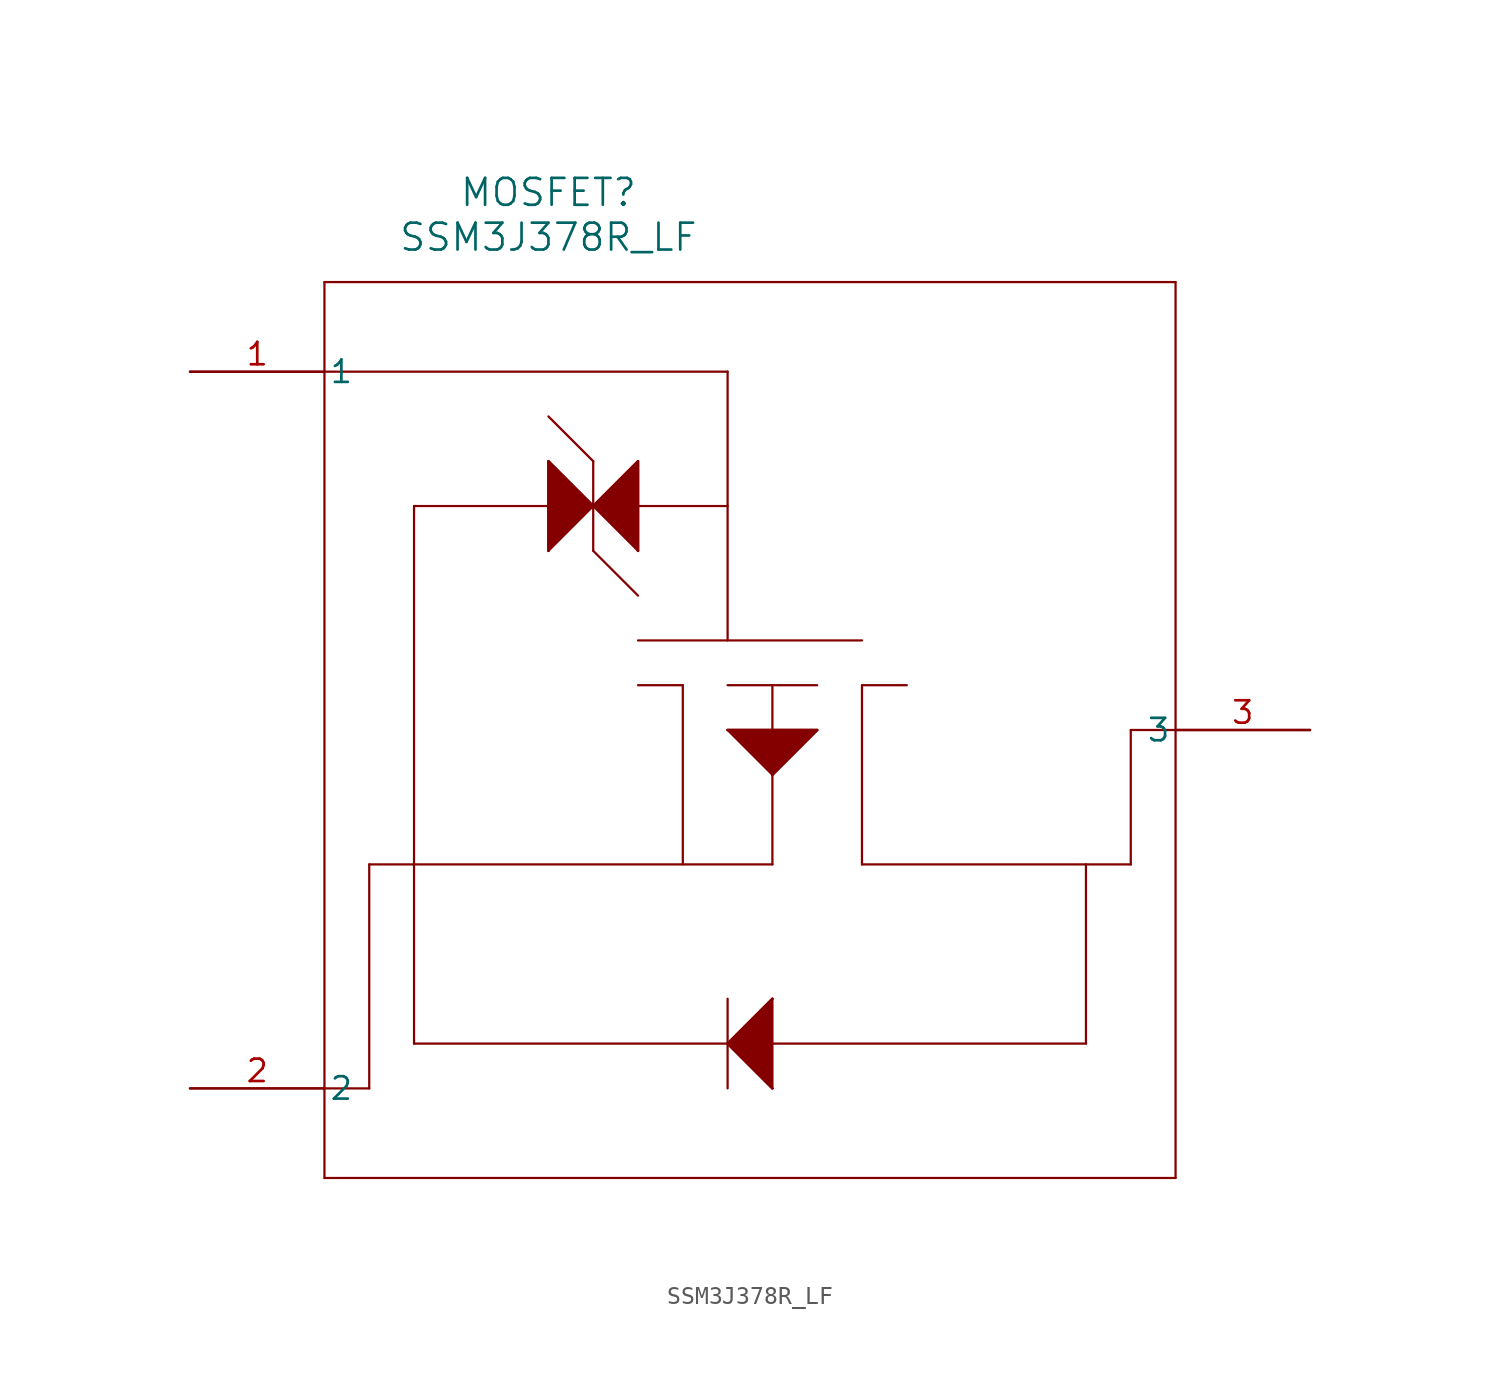
<source format=kicad_sym>
(kicad_symbol_lib
  (version 20211014)
  (generator kicad_symbol_editor)
  (symbol "SSM3J378R_LF"
    (pin_names
      (offset 0.254))
    (property "Reference" "MOSFET"
      (at 20.32 10.16 0)
      (effects (font (size 1.524 1.524))))
    (property "Value" "SSM3J378R_LF"
      (at 20.32 7.62 0)
      (effects (font (size 1.524 1.524))))
    (symbol "SSM3J378R_LF_0_1"
      (polyline (pts (xy 7.62 5.08) (xy 7.62 -45.72)) (stroke (width 0.127) (type default) (color 0 0 0 0)) (fill (type none)))
      (polyline (pts (xy 7.62 -45.72) (xy 55.88 -45.72)) (stroke (width 0.127) (type default) (color 0 0 0 0)) (fill (type none)))
      (polyline (pts (xy 55.88 -45.72) (xy 55.88 5.08)) (stroke (width 0.127) (type default) (color 0 0 0 0)) (fill (type none)))
      (polyline (pts (xy 55.88 5.08) (xy 7.62 5.08)) (stroke (width 0.127) (type default) (color 0 0 0 0)) (fill (type none)))
      (polyline (pts (xy 7.62 0) (xy 30.48 0)) (stroke (width 0.127) (type default) (color 0 0 0 0)) (fill (type none)))
      (polyline (pts (xy 30.48 0) (xy 30.48 -15.24)) (stroke (width 0.127) (type default) (color 0 0 0 0)) (fill (type none)))
      (polyline (pts (xy 25.4 -15.24) (xy 38.1 -15.24)) (stroke (width 0.127) (type default) (color 0 0 0 0)) (fill (type none)))
      (polyline (pts (xy 30.48 -7.62) (xy 25.4 -7.62)) (stroke (width 0.127) (type default) (color 0 0 0 0)) (fill (type none)))
      (polyline (pts (xy 25.4 -5.08) (xy 25.4 -10.16)) (stroke (width 0.127) (type default) (color 0 0 0 0)) (fill (type none)))
      (polyline (pts (xy 25.4 -10.16) (xy 22.86 -7.62)) (stroke (width 0.127) (type default) (color 0 0 0 0)) (fill (type none)))
      (polyline (pts (xy 25.4 -5.08) (xy 22.86 -7.62)) (stroke (width 0.127) (type default) (color 0 0 0 0)) (fill (type none)))
      (polyline (pts (xy 22.86 -5.08) (xy 22.86 -10.16)) (stroke (width 0.127) (type default) (color 0 0 0 0)) (fill (type none)))
      (polyline (pts (xy 22.86 -10.16) (xy 25.4 -12.7)) (stroke (width 0.127) (type default) (color 0 0 0 0)) (fill (type none)))
      (polyline (pts (xy 22.86 -5.08) (xy 20.32 -2.54)) (stroke (width 0.127) (type default) (color 0 0 0 0)) (fill (type none)))
      (polyline (pts (xy 22.86 -7.62) (xy 20.32 -10.16)) (stroke (width 0.127) (type default) (color 0 0 0 0)) (fill (type none)))
      (polyline (pts (xy 22.86 -7.62) (xy 20.32 -5.08)) (stroke (width 0.127) (type default) (color 0 0 0 0)) (fill (type none)))
      (polyline (pts (xy 20.32 -10.16) (xy 20.32 -5.08)) (stroke (width 0.127) (type default) (color 0 0 0 0)) (fill (type none)))
      (polyline (pts (xy 20.32 -7.62) (xy 12.7 -7.62)) (stroke (width 0.127) (type default) (color 0 0 0 0)) (fill (type none)))
      (polyline (pts (xy 12.7 -7.62) (xy 12.7 -38.1)) (stroke (width 0.127) (type default) (color 0 0 0 0)) (fill (type none)))
      (polyline (pts (xy 12.7 -27.94) (xy 10.16 -27.94)) (stroke (width 0.127) (type default) (color 0 0 0 0)) (fill (type none)))
      (polyline (pts (xy 10.16 -27.94) (xy 10.16 -40.64)) (stroke (width 0.127) (type default) (color 0 0 0 0)) (fill (type none)))
      (polyline (pts (xy 10.16 -40.64) (xy 7.62 -40.64)) (stroke (width 0.127) (type default) (color 0 0 0 0)) (fill (type none)))
      (polyline (pts (xy 12.7 -38.1) (xy 30.48 -38.1)) (stroke (width 0.127) (type default) (color 0 0 0 0)) (fill (type none)))
      (polyline (pts (xy 30.48 -38.1) (xy 33.02 -35.56)) (stroke (width 0.127) (type default) (color 0 0 0 0)) (fill (type none)))
      (polyline (pts (xy 30.48 -38.1) (xy 33.02 -40.64)) (stroke (width 0.127) (type default) (color 0 0 0 0)) (fill (type none)))
      (polyline (pts (xy 33.02 -35.56) (xy 33.02 -40.64)) (stroke (width 0.127) (type default) (color 0 0 0 0)) (fill (type none)))
      (polyline (pts (xy 30.48 -40.64) (xy 30.48 -35.56)) (stroke (width 0.127) (type default) (color 0 0 0 0)) (fill (type none)))
      (polyline (pts (xy 33.02 -38.1) (xy 50.8 -38.1)) (stroke (width 0.127) (type default) (color 0 0 0 0)) (fill (type none)))
      (polyline (pts (xy 38.1 -27.94) (xy 38.1 -17.78)) (stroke (width 0.127) (type default) (color 0 0 0 0)) (fill (type none)))
      (polyline (pts (xy 38.1 -27.94) (xy 53.34 -27.94)) (stroke (width 0.127) (type default) (color 0 0 0 0)) (fill (type none)))
      (polyline (pts (xy 53.34 -20.32) (xy 55.88 -20.32)) (stroke (width 0.127) (type default) (color 0 0 0 0)) (fill (type none)))
      (polyline (pts (xy 53.34 -27.94) (xy 53.34 -20.32)) (stroke (width 0.127) (type default) (color 0 0 0 0)) (fill (type none)))
      (polyline (pts (xy 50.8 -38.1) (xy 50.8 -27.94)) (stroke (width 0.127) (type default) (color 0 0 0 0)) (fill (type none)))
      (polyline (pts (xy 33.02 -40.64) (xy 30.48 -38.1) (xy 33.02 -35.56)) (stroke (width 0) (type default) (color 0 0 0 0)) (fill (type outline)))
      (polyline (pts (xy 38.1 -17.78) (xy 40.64 -17.78)) (stroke (width 0.127) (type default) (color 0 0 0 0)) (fill (type none)))
      (polyline (pts (xy 33.02 -17.78) (xy 33.02 -20.32)) (stroke (width 0.127) (type default) (color 0 0 0 0)) (fill (type none)))
      (polyline (pts (xy 30.48 -20.32) (xy 35.56 -20.32)) (stroke (width 0.127) (type default) (color 0 0 0 0)) (fill (type none)))
      (polyline (pts (xy 30.48 -20.32) (xy 33.02 -22.86)) (stroke (width 0.127) (type default) (color 0 0 0 0)) (fill (type none)))
      (polyline (pts (xy 35.56 -20.32) (xy 33.02 -22.86)) (stroke (width 0.127) (type default) (color 0 0 0 0)) (fill (type none)))
      (polyline (pts (xy 33.02 -22.86) (xy 33.02 -27.94)) (stroke (width 0.127) (type default) (color 0 0 0 0)) (fill (type none)))
      (polyline (pts (xy 33.02 -27.94) (xy 12.7 -27.94)) (stroke (width 0.127) (type default) (color 0 0 0 0)) (fill (type none)))
      (polyline (pts (xy 25.4 -17.78) (xy 27.94 -17.78)) (stroke (width 0.127) (type default) (color 0 0 0 0)) (fill (type none)))
      (polyline (pts (xy 27.94 -17.78) (xy 27.94 -27.94)) (stroke (width 0.127) (type default) (color 0 0 0 0)) (fill (type none)))
      (polyline (pts (xy 30.48 -17.78) (xy 35.56 -17.78)) (stroke (width 0.127) (type default) (color 0 0 0 0)) (fill (type none)))
      (polyline (pts (xy 30.48 -20.32) (xy 35.56 -20.32) (xy 33.02 -22.86)) (stroke (width 0) (type default) (color 0 0 0 0)) (fill (type outline)))
      (polyline (pts (xy 20.32 -10.16) (xy 20.32 -5.08) (xy 22.86 -7.62)) (stroke (width 0) (type default) (color 0 0 0 0)) (fill (type outline)))
      (polyline (pts (xy 22.86 -7.62) (xy 25.4 -5.08) (xy 25.4 -10.16)) (stroke (width 0) (type default) (color 0 0 0 0)) (fill (type outline)))
      (pin unspecified line (at 0 0 0) (length 7.62) (name "1" (effects (font (size 1.27 1.27)))) (number "1" (effects (font (size 1.27 1.27)))))
      (pin unspecified line (at 0 -40.64 0) (length 7.62) (name "2" (effects (font (size 1.27 1.27)))) (number "2" (effects (font (size 1.27 1.27)))))
      (pin unspecified line (at 63.5 -20.32 180) (length 7.62) (name "3" (effects (font (size 1.27 1.27)))) (number "3" (effects (font (size 1.27 1.27))))))))
</source>
